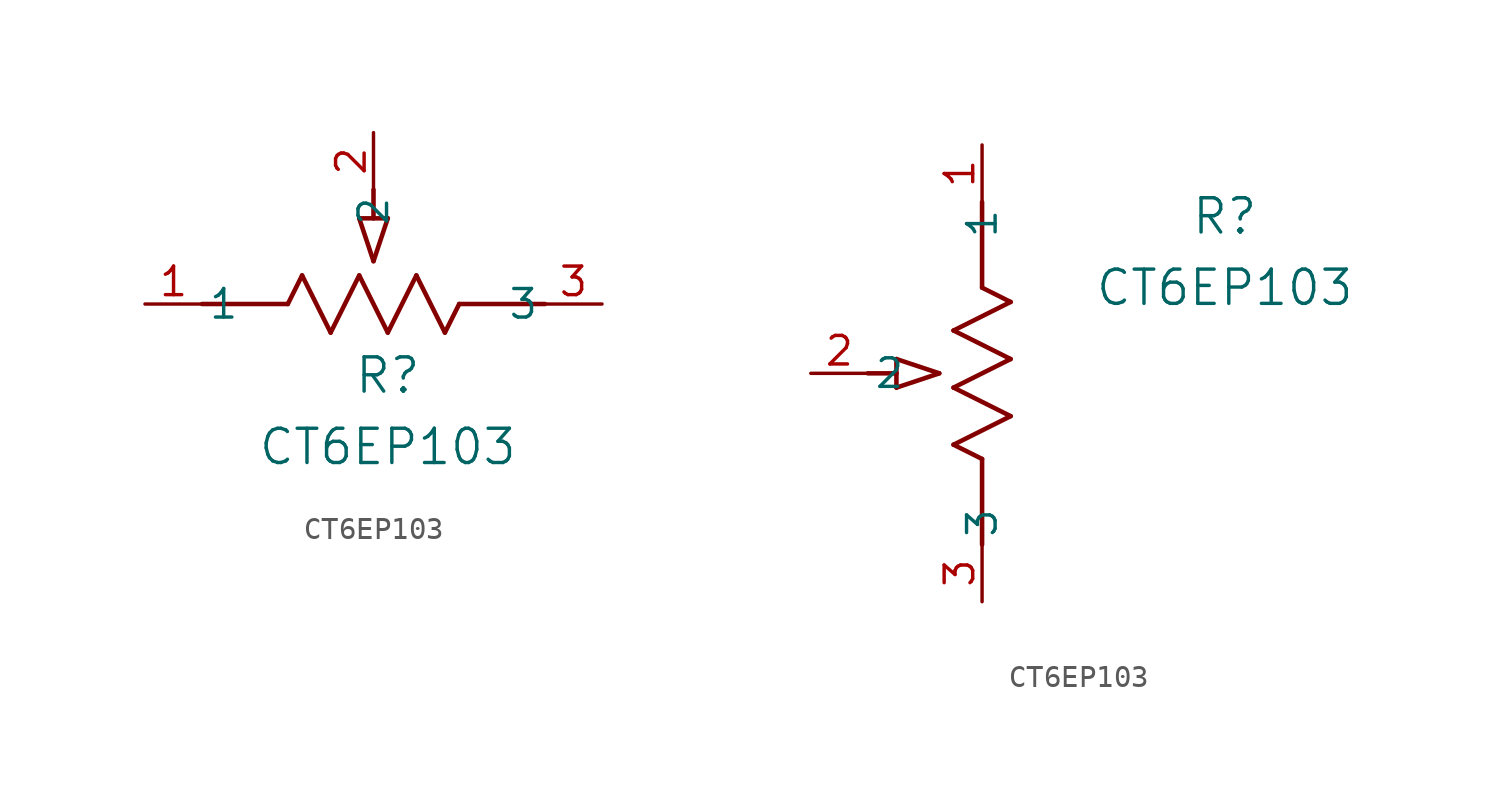
<source format=kicad_sym>
(kicad_symbol_lib
  (version 20211014)
  (generator kicad_symbol_editor)
  (symbol "CT6EP103"
    (pin_names
      (offset 0.254))
    (property "Reference" "R"
      (at 10.795 -3.175 0)
      (effects (font (size 1.524 1.524))))
    (property "Value" "CT6EP103"
      (at 10.795 -6.35 0)
      (effects (font (size 1.524 1.524))))
    (symbol "CT6EP103_1_1"
      (polyline (pts (xy 9.525 3.81) (xy 10.16 1.905)) (stroke (width 0.203) (type default) (color 0 0 0 0)) (fill (type none)))
      (polyline (pts (xy 10.795 3.81) (xy 10.16 1.905)) (stroke (width 0.203) (type default) (color 0 0 0 0)) (fill (type none)))
      (polyline (pts (xy 9.525 3.81) (xy 10.795 3.81)) (stroke (width 0.203) (type default) (color 0 0 0 0)) (fill (type none)))
      (polyline (pts (xy 10.16 3.81) (xy 10.16 5.08)) (stroke (width 0.203) (type default) (color 0 0 0 0)) (fill (type none)))
      (polyline (pts (xy 6.35 0) (xy 6.985 1.27)) (stroke (width 0.203) (type default) (color 0 0 0 0)) (fill (type none)))
      (polyline (pts (xy 9.525 1.27) (xy 10.795 -1.27)) (stroke (width 0.203) (type default) (color 0 0 0 0)) (fill (type none)))
      (polyline (pts (xy 10.795 -1.27) (xy 12.065 1.27)) (stroke (width 0.203) (type default) (color 0 0 0 0)) (fill (type none)))
      (polyline (pts (xy 8.255 -1.27) (xy 9.525 1.27)) (stroke (width 0.203) (type default) (color 0 0 0 0)) (fill (type none)))
      (polyline (pts (xy 6.985 1.27) (xy 8.255 -1.27)) (stroke (width 0.203) (type default) (color 0 0 0 0)) (fill (type none)))
      (polyline (pts (xy 13.335 -1.27) (xy 13.97 0)) (stroke (width 0.203) (type default) (color 0 0 0 0)) (fill (type none)))
      (polyline (pts (xy 13.97 0) (xy 17.78 0)) (stroke (width 0.203) (type default) (color 0 0 0 0)) (fill (type none)))
      (polyline (pts (xy 2.54 0) (xy 6.35 0)) (stroke (width 0.203) (type default) (color 0 0 0 0)) (fill (type none)))
      (polyline (pts (xy 12.065 1.27) (xy 13.335 -1.27)) (stroke (width 0.203) (type default) (color 0 0 0 0)) (fill (type none)))
      (pin unspecified line (at 20.32 0 180) (length 2.54) (name "3" (effects (font (size 1.27 1.27)))) (number "3" (effects (font (size 1.27 1.27)))))
      (pin unspecified line (at 10.16 7.62 270) (length 2.54) (name "2" (effects (font (size 1.27 1.27)))) (number "2" (effects (font (size 1.27 1.27)))))
      (pin unspecified line (at 0 0 0) (length 2.54) (name "1" (effects (font (size 1.27 1.27)))) (number "1" (effects (font (size 1.27 1.27))))))
    (symbol "CT6EP103_1_2"
      (polyline (pts (xy 0 -13.97) (xy -1.27 -13.335)) (stroke (width 0.203) (type default) (color 0 0 0 0)) (fill (type none)))
      (polyline (pts (xy 0 -17.78) (xy 0 -13.97)) (stroke (width 0.203) (type default) (color 0 0 0 0)) (fill (type none)))
      (polyline (pts (xy -3.81 -10.795) (xy -1.905 -10.16)) (stroke (width 0.203) (type default) (color 0 0 0 0)) (fill (type none)))
      (polyline (pts (xy -3.81 -9.525) (xy -1.905 -10.16)) (stroke (width 0.203) (type default) (color 0 0 0 0)) (fill (type none)))
      (polyline (pts (xy -3.81 -10.795) (xy -3.81 -9.525)) (stroke (width 0.203) (type default) (color 0 0 0 0)) (fill (type none)))
      (polyline (pts (xy 1.27 -12.065) (xy -1.27 -10.795)) (stroke (width 0.203) (type default) (color 0 0 0 0)) (fill (type none)))
      (polyline (pts (xy -1.27 -10.795) (xy 1.27 -9.525)) (stroke (width 0.203) (type default) (color 0 0 0 0)) (fill (type none)))
      (polyline (pts (xy 1.27 -9.525) (xy -1.27 -8.255)) (stroke (width 0.203) (type default) (color 0 0 0 0)) (fill (type none)))
      (polyline (pts (xy -1.27 -8.255) (xy 1.27 -6.985)) (stroke (width 0.203) (type default) (color 0 0 0 0)) (fill (type none)))
      (polyline (pts (xy 1.27 -6.985) (xy 0 -6.35)) (stroke (width 0.203) (type default) (color 0 0 0 0)) (fill (type none)))
      (polyline (pts (xy -1.27 -13.335) (xy 1.27 -12.065)) (stroke (width 0.203) (type default) (color 0 0 0 0)) (fill (type none)))
      (polyline (pts (xy 0 -6.35) (xy 0 -2.54)) (stroke (width 0.203) (type default) (color 0 0 0 0)) (fill (type none)))
      (polyline (pts (xy -3.81 -10.16) (xy -5.08 -10.16)) (stroke (width 0.203) (type default) (color 0 0 0 0)) (fill (type none)))
      (pin unspecified line (at 0 -20.32 90) (length 2.54) (name "3" (effects (font (size 1.27 1.27)))) (number "3" (effects (font (size 1.27 1.27)))))
      (pin unspecified line (at -7.62 -10.16 0) (length 2.54) (name "2" (effects (font (size 1.27 1.27)))) (number "2" (effects (font (size 1.27 1.27)))))
      (pin unspecified line (at 0 0 270) (length 2.54) (name "1" (effects (font (size 1.27 1.27)))) (number "1" (effects (font (size 1.27 1.27))))))))
</source>
